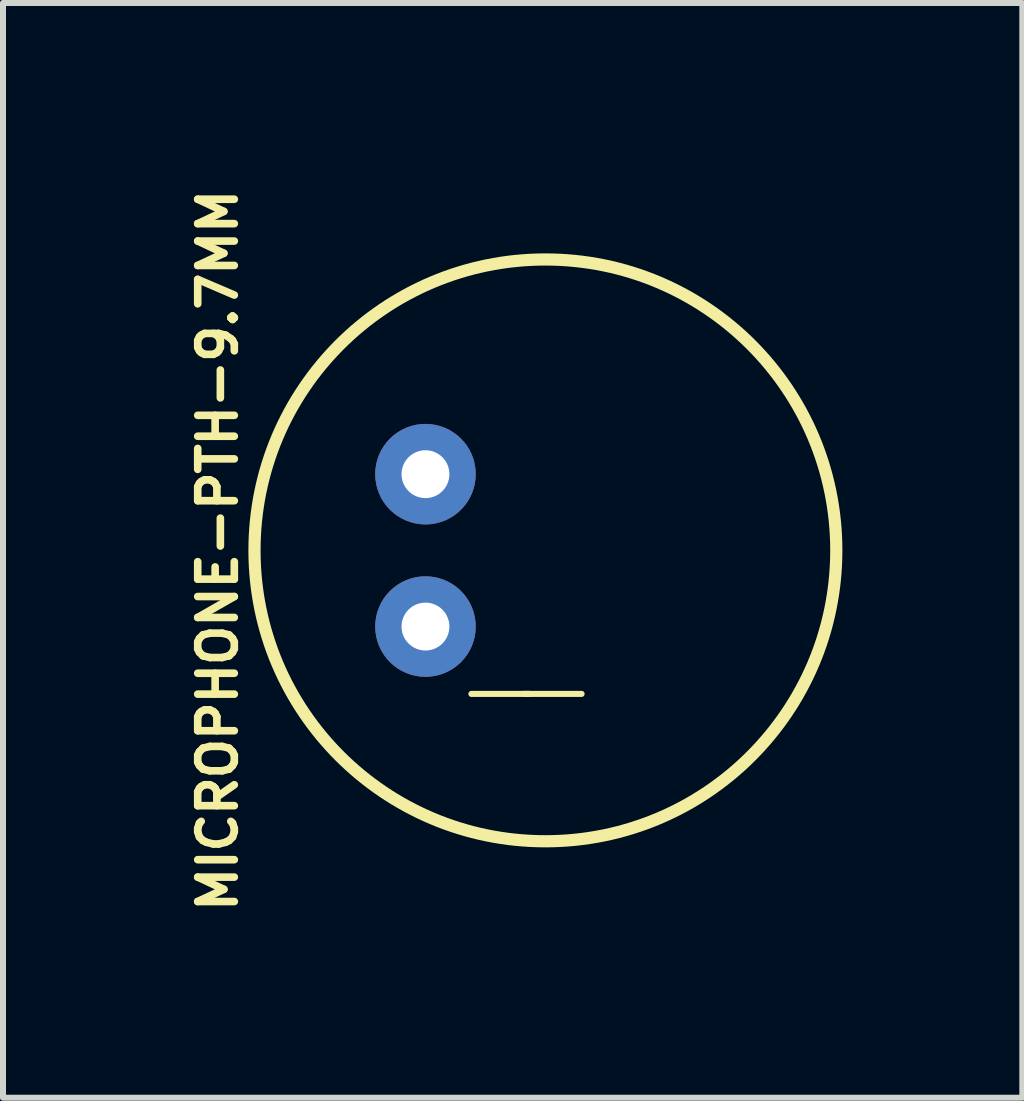
<source format=kicad_pcb>
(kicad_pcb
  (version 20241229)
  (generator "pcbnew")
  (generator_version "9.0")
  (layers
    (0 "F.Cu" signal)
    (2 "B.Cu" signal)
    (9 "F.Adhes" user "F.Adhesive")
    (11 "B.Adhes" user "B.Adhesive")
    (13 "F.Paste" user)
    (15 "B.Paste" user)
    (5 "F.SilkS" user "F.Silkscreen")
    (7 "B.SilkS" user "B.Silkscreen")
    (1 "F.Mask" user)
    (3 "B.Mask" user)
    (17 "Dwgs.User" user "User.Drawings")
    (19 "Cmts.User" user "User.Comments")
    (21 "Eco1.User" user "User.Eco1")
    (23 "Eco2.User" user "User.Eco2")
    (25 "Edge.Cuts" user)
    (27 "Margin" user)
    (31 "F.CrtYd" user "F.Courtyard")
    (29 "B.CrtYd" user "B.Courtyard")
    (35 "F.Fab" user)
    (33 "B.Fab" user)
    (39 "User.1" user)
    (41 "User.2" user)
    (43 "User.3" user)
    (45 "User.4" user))
  (footprint "MICROPHONE-PTH-9.7MM"
    (layer "F.Cu")
    (at 6.041 6.124)
    (property "Reference" "MICROPHONE-PTH-9.7MM" (at -5.461 0 90) (layer "F.SilkS") (effects (font (size 0.61 0.61) (thickness 0.127))))
    (attr exclude_from_pos_files exclude_from_bom)
    (fp_circle (center 0 0) (end 0 -4.849) (stroke (width 0.203) (type solid)) (fill no) (layer "F.SilkS"))
    (fp_text user "-" (at -0.749 2.294 0) (layer "F.SilkS") (effects (font (size 1.27 1.27) (thickness 0.102))))
    (fp_text user "-" (at 0.119 2.294 0) (layer "F.SilkS") (effects (font (size 1.27 1.27) (thickness 0.102)) (justify mirror)))
    (pad "GND" thru_hole circle (at -1.999 1.27) (size 1.676 1.676) (drill 0.798) (layers "*.Cu" "*.Mask"))
    (pad "OUT" thru_hole circle (at -1.999 -1.27) (size 1.676 1.676) (drill 0.798) (layers "*.Cu" "*.Mask")))
  (gr_rect
    (start -3 -3)
    (end 13.991 15.248)
    (stroke (width 0.1) (type default))
    (fill no)
    (layer "Edge.Cuts")))
</source>
